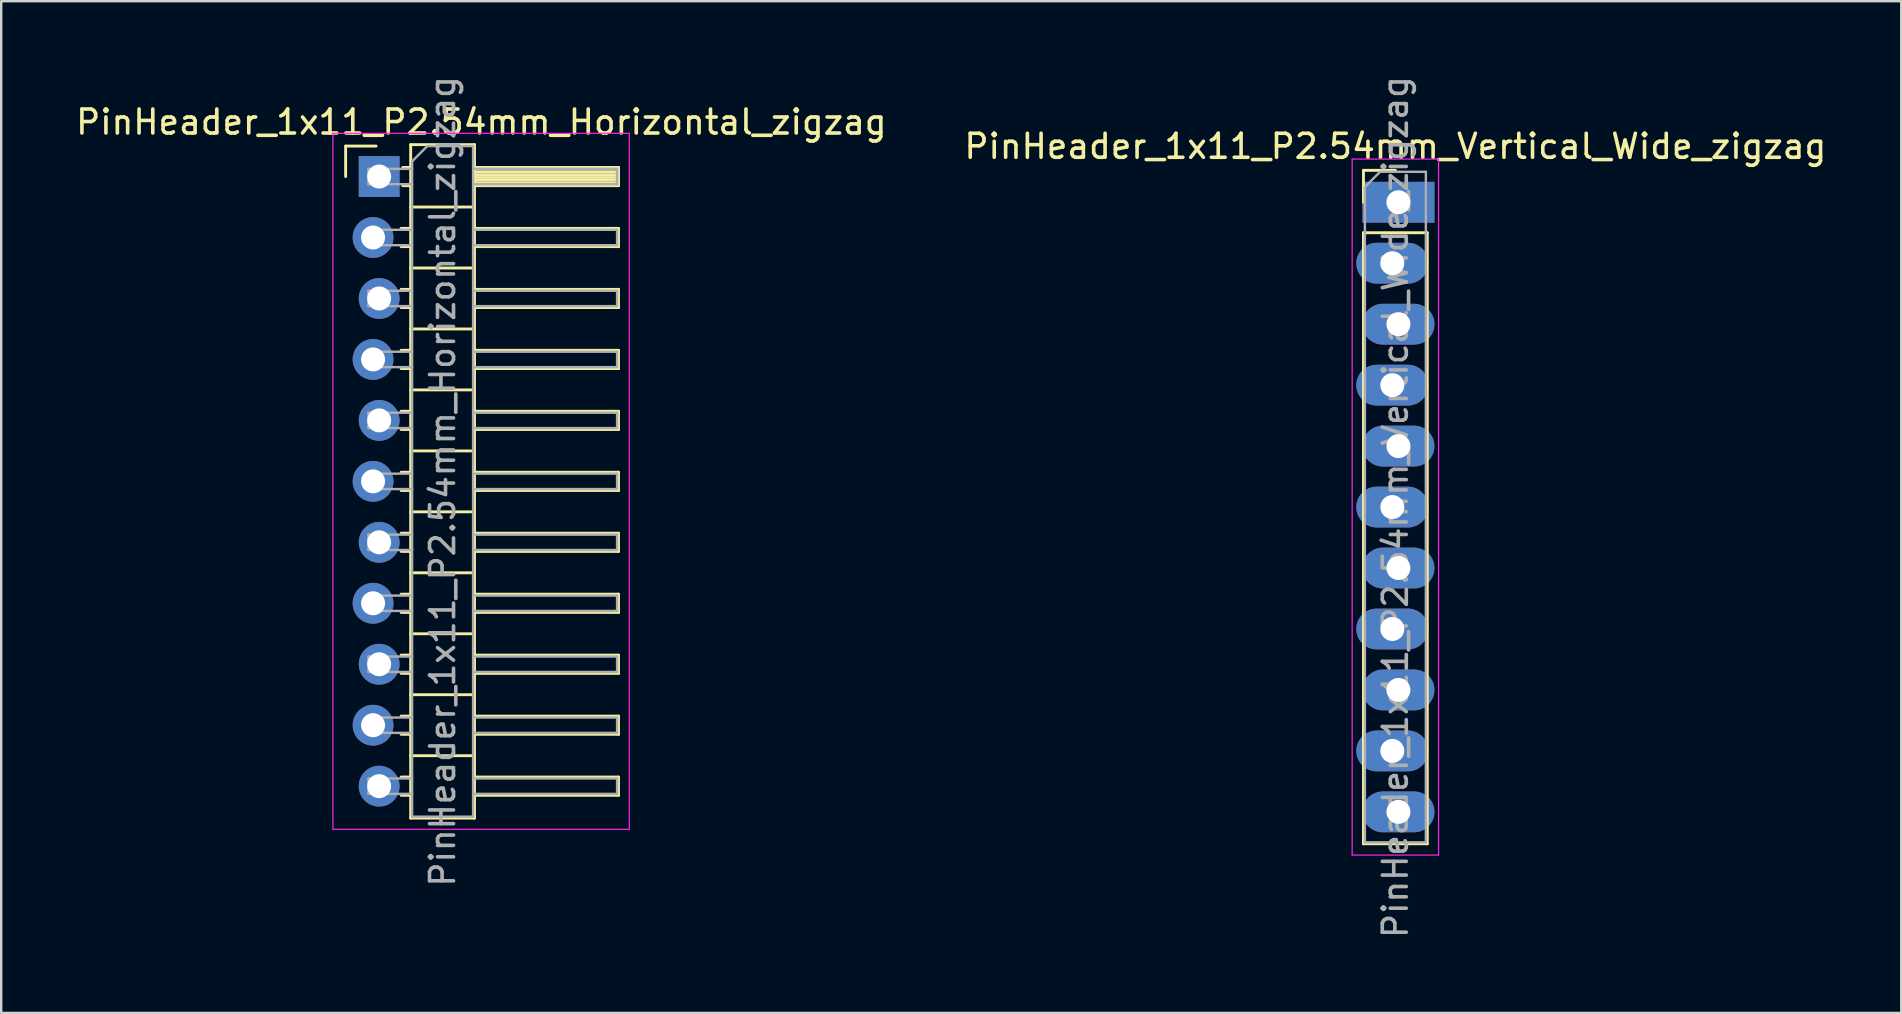
<source format=kicad_pcb>
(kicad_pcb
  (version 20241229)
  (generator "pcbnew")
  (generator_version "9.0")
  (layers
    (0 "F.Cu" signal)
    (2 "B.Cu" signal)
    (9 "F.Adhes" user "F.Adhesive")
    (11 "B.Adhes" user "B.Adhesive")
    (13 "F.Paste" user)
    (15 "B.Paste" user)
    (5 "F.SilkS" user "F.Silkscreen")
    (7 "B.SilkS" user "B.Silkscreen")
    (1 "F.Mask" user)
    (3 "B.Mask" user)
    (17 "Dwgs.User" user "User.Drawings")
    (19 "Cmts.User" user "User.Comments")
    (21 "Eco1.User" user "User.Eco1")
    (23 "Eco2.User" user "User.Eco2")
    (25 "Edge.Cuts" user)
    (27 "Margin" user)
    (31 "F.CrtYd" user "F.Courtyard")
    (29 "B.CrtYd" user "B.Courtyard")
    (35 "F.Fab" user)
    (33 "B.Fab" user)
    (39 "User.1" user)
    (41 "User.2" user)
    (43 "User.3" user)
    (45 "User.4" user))
  (footprint "PinHeader_1x11_P2.54mm_Vertical_Wide_zigzag"
    (layer "F.Cu")
    (at 55.089 5.377)
    (property "Reference" "PinHeader_1x11_P2.54mm_Vertical_Wide_zigzag" (at 0 -2.33 0) (layer "F.SilkS") (effects (font (size 1 1) (thickness 0.15))))
    (attr through_hole)
    (fp_line (start -1.33 -1.33) (end 0 -1.33) (stroke (width 0.12) (type solid)) (layer "F.SilkS"))
    (fp_line (start -1.33 0) (end -1.33 -1.33) (stroke (width 0.12) (type solid)) (layer "F.SilkS"))
    (fp_line (start -1.33 1.27) (end -1.33 26.73) (stroke (width 0.12) (type solid)) (layer "F.SilkS"))
    (fp_line (start -1.33 1.27) (end 1.33 1.27) (stroke (width 0.12) (type solid)) (layer "F.SilkS"))
    (fp_line (start -1.33 26.73) (end 1.33 26.73) (stroke (width 0.12) (type solid)) (layer "F.SilkS"))
    (fp_line (start 1.33 1.27) (end 1.33 26.73) (stroke (width 0.12) (type solid)) (layer "F.SilkS"))
    (fp_line (start -1.8 -1.8) (end -1.8 27.2) (stroke (width 0.05) (type solid)) (layer "F.CrtYd"))
    (fp_line (start -1.8 27.2) (end 1.8 27.2) (stroke (width 0.05) (type solid)) (layer "F.CrtYd"))
    (fp_line (start 1.8 -1.8) (end -1.8 -1.8) (stroke (width 0.05) (type solid)) (layer "F.CrtYd"))
    (fp_line (start 1.8 27.2) (end 1.8 -1.8) (stroke (width 0.05) (type solid)) (layer "F.CrtYd"))
    (fp_line (start -1.27 -0.635) (end -0.635 -1.27) (stroke (width 0.1) (type solid)) (layer "F.Fab"))
    (fp_line (start -1.27 26.67) (end -1.27 -0.635) (stroke (width 0.1) (type solid)) (layer "F.Fab"))
    (fp_line (start -0.635 -1.27) (end 1.27 -1.27) (stroke (width 0.1) (type solid)) (layer "F.Fab"))
    (fp_line (start 1.27 -1.27) (end 1.27 26.67) (stroke (width 0.1) (type solid)) (layer "F.Fab"))
    (fp_line (start 1.27 26.67) (end -1.27 26.67) (stroke (width 0.1) (type solid)) (layer "F.Fab"))
    (fp_text user "${REFERENCE}" (at 0 12.7 90) (layer "F.Fab") (effects (font (size 1 1) (thickness 0.15))))
    (pad "1" thru_hole rect (at 0.127 0) (size 3 1.7) (drill 1) (layers "*.Cu" "*.Mask"))
    (pad "2" thru_hole oval (at -0.127 2.54) (size 3 1.7) (drill 1) (layers "*.Cu" "*.Mask"))
    (pad "3" thru_hole oval (at 0.127 5.08) (size 3 1.7) (drill 1) (layers "*.Cu" "*.Mask"))
    (pad "4" thru_hole oval (at -0.127 7.62) (size 3 1.7) (drill 1) (layers "*.Cu" "*.Mask"))
    (pad "5" thru_hole oval (at 0.127 10.16) (size 3 1.7) (drill 1) (layers "*.Cu" "*.Mask"))
    (pad "6" thru_hole oval (at -0.127 12.7) (size 3 1.7) (drill 1) (layers "*.Cu" "*.Mask"))
    (pad "7" thru_hole oval (at 0.127 15.24) (size 3 1.7) (drill 1) (layers "*.Cu" "*.Mask"))
    (pad "8" thru_hole oval (at -0.127 17.78) (size 3 1.7) (drill 1) (layers "*.Cu" "*.Mask"))
    (pad "9" thru_hole oval (at 0.127 20.32) (size 3 1.7) (drill 1) (layers "*.Cu" "*.Mask"))
    (pad "10" thru_hole oval (at -0.127 22.86) (size 3 1.7) (drill 1) (layers "*.Cu" "*.Mask"))
    (pad "11" thru_hole oval (at 0.127 25.4) (size 3 1.7) (drill 1) (layers "*.Cu" "*.Mask")))
  (footprint "PinHeader_1x11_P2.54mm_Horizontal_zigzag"
    (layer "F.Cu")
    (at 12.621 4.306)
    (property "Reference" "PinHeader_1x11_P2.54mm_Horizontal_zigzag" (at 4.385 -2.27 0) (layer "F.SilkS") (effects (font (size 1 1) (thickness 0.15))))
    (attr through_hole)
    (fp_line (start -1.27 -1.27) (end 0 -1.27) (stroke (width 0.12) (type solid)) (layer "F.SilkS"))
    (fp_line (start -1.27 0) (end -1.27 -1.27) (stroke (width 0.12) (type solid)) (layer "F.SilkS"))
    (fp_line (start 1.043 2.16) (end 1.44 2.16) (stroke (width 0.12) (type solid)) (layer "F.SilkS"))
    (fp_line (start 1.043 2.92) (end 1.44 2.92) (stroke (width 0.12) (type solid)) (layer "F.SilkS"))
    (fp_line (start 1.043 4.7) (end 1.44 4.7) (stroke (width 0.12) (type solid)) (layer "F.SilkS"))
    (fp_line (start 1.043 5.46) (end 1.44 5.46) (stroke (width 0.12) (type solid)) (layer "F.SilkS"))
    (fp_line (start 1.043 7.24) (end 1.44 7.24) (stroke (width 0.12) (type solid)) (layer "F.SilkS"))
    (fp_line (start 1.043 8) (end 1.44 8) (stroke (width 0.12) (type solid)) (layer "F.SilkS"))
    (fp_line (start 1.043 9.78) (end 1.44 9.78) (stroke (width 0.12) (type solid)) (layer "F.SilkS"))
    (fp_line (start 1.043 10.54) (end 1.44 10.54) (stroke (width 0.12) (type solid)) (layer "F.SilkS"))
    (fp_line (start 1.043 12.32) (end 1.44 12.32) (stroke (width 0.12) (type solid)) (layer "F.SilkS"))
    (fp_line (start 1.043 13.08) (end 1.44 13.08) (stroke (width 0.12) (type solid)) (layer "F.SilkS"))
    (fp_line (start 1.043 14.86) (end 1.44 14.86) (stroke (width 0.12) (type solid)) (layer "F.SilkS"))
    (fp_line (start 1.043 15.62) (end 1.44 15.62) (stroke (width 0.12) (type solid)) (layer "F.SilkS"))
    (fp_line (start 1.043 17.4) (end 1.44 17.4) (stroke (width 0.12) (type solid)) (layer "F.SilkS"))
    (fp_line (start 1.043 18.16) (end 1.44 18.16) (stroke (width 0.12) (type solid)) (layer "F.SilkS"))
    (fp_line (start 1.043 19.94) (end 1.44 19.94) (stroke (width 0.12) (type solid)) (layer "F.SilkS"))
    (fp_line (start 1.043 20.7) (end 1.44 20.7) (stroke (width 0.12) (type solid)) (layer "F.SilkS"))
    (fp_line (start 1.043 22.48) (end 1.44 22.48) (stroke (width 0.12) (type solid)) (layer "F.SilkS"))
    (fp_line (start 1.043 23.24) (end 1.44 23.24) (stroke (width 0.12) (type solid)) (layer "F.SilkS"))
    (fp_line (start 1.043 25.02) (end 1.44 25.02) (stroke (width 0.12) (type solid)) (layer "F.SilkS"))
    (fp_line (start 1.043 25.78) (end 1.44 25.78) (stroke (width 0.12) (type solid)) (layer "F.SilkS"))
    (fp_line (start 1.11 -0.38) (end 1.44 -0.38) (stroke (width 0.12) (type solid)) (layer "F.SilkS"))
    (fp_line (start 1.11 0.38) (end 1.44 0.38) (stroke (width 0.12) (type solid)) (layer "F.SilkS"))
    (fp_line (start 1.44 -1.33) (end 1.44 26.73) (stroke (width 0.12) (type solid)) (layer "F.SilkS"))
    (fp_line (start 1.44 1.27) (end 4.1 1.27) (stroke (width 0.12) (type solid)) (layer "F.SilkS"))
    (fp_line (start 1.44 3.81) (end 4.1 3.81) (stroke (width 0.12) (type solid)) (layer "F.SilkS"))
    (fp_line (start 1.44 6.35) (end 4.1 6.35) (stroke (width 0.12) (type solid)) (layer "F.SilkS"))
    (fp_line (start 1.44 8.89) (end 4.1 8.89) (stroke (width 0.12) (type solid)) (layer "F.SilkS"))
    (fp_line (start 1.44 11.43) (end 4.1 11.43) (stroke (width 0.12) (type solid)) (layer "F.SilkS"))
    (fp_line (start 1.44 13.97) (end 4.1 13.97) (stroke (width 0.12) (type solid)) (layer "F.SilkS"))
    (fp_line (start 1.44 16.51) (end 4.1 16.51) (stroke (width 0.12) (type solid)) (layer "F.SilkS"))
    (fp_line (start 1.44 19.05) (end 4.1 19.05) (stroke (width 0.12) (type solid)) (layer "F.SilkS"))
    (fp_line (start 1.44 21.59) (end 4.1 21.59) (stroke (width 0.12) (type solid)) (layer "F.SilkS"))
    (fp_line (start 1.44 24.13) (end 4.1 24.13) (stroke (width 0.12) (type solid)) (layer "F.SilkS"))
    (fp_line (start 1.44 26.73) (end 4.1 26.73) (stroke (width 0.12) (type solid)) (layer "F.SilkS"))
    (fp_line (start 4.1 -1.33) (end 1.44 -1.33) (stroke (width 0.12) (type solid)) (layer "F.SilkS"))
    (fp_line (start 4.1 -0.38) (end 10.1 -0.38) (stroke (width 0.12) (type solid)) (layer "F.SilkS"))
    (fp_line (start 4.1 -0.32) (end 10.1 -0.32) (stroke (width 0.12) (type solid)) (layer "F.SilkS"))
    (fp_line (start 4.1 -0.2) (end 10.1 -0.2) (stroke (width 0.12) (type solid)) (layer "F.SilkS"))
    (fp_line (start 4.1 -0.08) (end 10.1 -0.08) (stroke (width 0.12) (type solid)) (layer "F.SilkS"))
    (fp_line (start 4.1 0.04) (end 10.1 0.04) (stroke (width 0.12) (type solid)) (layer "F.SilkS"))
    (fp_line (start 4.1 0.16) (end 10.1 0.16) (stroke (width 0.12) (type solid)) (layer "F.SilkS"))
    (fp_line (start 4.1 0.28) (end 10.1 0.28) (stroke (width 0.12) (type solid)) (layer "F.SilkS"))
    (fp_line (start 4.1 2.16) (end 10.1 2.16) (stroke (width 0.12) (type solid)) (layer "F.SilkS"))
    (fp_line (start 4.1 4.7) (end 10.1 4.7) (stroke (width 0.12) (type solid)) (layer "F.SilkS"))
    (fp_line (start 4.1 7.24) (end 10.1 7.24) (stroke (width 0.12) (type solid)) (layer "F.SilkS"))
    (fp_line (start 4.1 9.78) (end 10.1 9.78) (stroke (width 0.12) (type solid)) (layer "F.SilkS"))
    (fp_line (start 4.1 12.32) (end 10.1 12.32) (stroke (width 0.12) (type solid)) (layer "F.SilkS"))
    (fp_line (start 4.1 14.86) (end 10.1 14.86) (stroke (width 0.12) (type solid)) (layer "F.SilkS"))
    (fp_line (start 4.1 17.4) (end 10.1 17.4) (stroke (width 0.12) (type solid)) (layer "F.SilkS"))
    (fp_line (start 4.1 19.94) (end 10.1 19.94) (stroke (width 0.12) (type solid)) (layer "F.SilkS"))
    (fp_line (start 4.1 22.48) (end 10.1 22.48) (stroke (width 0.12) (type solid)) (layer "F.SilkS"))
    (fp_line (start 4.1 25.02) (end 10.1 25.02) (stroke (width 0.12) (type solid)) (layer "F.SilkS"))
    (fp_line (start 4.1 26.73) (end 4.1 -1.33) (stroke (width 0.12) (type solid)) (layer "F.SilkS"))
    (fp_line (start 10.1 -0.38) (end 10.1 0.38) (stroke (width 0.12) (type solid)) (layer "F.SilkS"))
    (fp_line (start 10.1 0.38) (end 4.1 0.38) (stroke (width 0.12) (type solid)) (layer "F.SilkS"))
    (fp_line (start 10.1 2.16) (end 10.1 2.92) (stroke (width 0.12) (type solid)) (layer "F.SilkS"))
    (fp_line (start 10.1 2.92) (end 4.1 2.92) (stroke (width 0.12) (type solid)) (layer "F.SilkS"))
    (fp_line (start 10.1 4.7) (end 10.1 5.46) (stroke (width 0.12) (type solid)) (layer "F.SilkS"))
    (fp_line (start 10.1 5.46) (end 4.1 5.46) (stroke (width 0.12) (type solid)) (layer "F.SilkS"))
    (fp_line (start 10.1 7.24) (end 10.1 8) (stroke (width 0.12) (type solid)) (layer "F.SilkS"))
    (fp_line (start 10.1 8) (end 4.1 8) (stroke (width 0.12) (type solid)) (layer "F.SilkS"))
    (fp_line (start 10.1 9.78) (end 10.1 10.54) (stroke (width 0.12) (type solid)) (layer "F.SilkS"))
    (fp_line (start 10.1 10.54) (end 4.1 10.54) (stroke (width 0.12) (type solid)) (layer "F.SilkS"))
    (fp_line (start 10.1 12.32) (end 10.1 13.08) (stroke (width 0.12) (type solid)) (layer "F.SilkS"))
    (fp_line (start 10.1 13.08) (end 4.1 13.08) (stroke (width 0.12) (type solid)) (layer "F.SilkS"))
    (fp_line (start 10.1 14.86) (end 10.1 15.62) (stroke (width 0.12) (type solid)) (layer "F.SilkS"))
    (fp_line (start 10.1 15.62) (end 4.1 15.62) (stroke (width 0.12) (type solid)) (layer "F.SilkS"))
    (fp_line (start 10.1 17.4) (end 10.1 18.16) (stroke (width 0.12) (type solid)) (layer "F.SilkS"))
    (fp_line (start 10.1 18.16) (end 4.1 18.16) (stroke (width 0.12) (type solid)) (layer "F.SilkS"))
    (fp_line (start 10.1 19.94) (end 10.1 20.7) (stroke (width 0.12) (type solid)) (layer "F.SilkS"))
    (fp_line (start 10.1 20.7) (end 4.1 20.7) (stroke (width 0.12) (type solid)) (layer "F.SilkS"))
    (fp_line (start 10.1 22.48) (end 10.1 23.24) (stroke (width 0.12) (type solid)) (layer "F.SilkS"))
    (fp_line (start 10.1 23.24) (end 4.1 23.24) (stroke (width 0.12) (type solid)) (layer "F.SilkS"))
    (fp_line (start 10.1 25.02) (end 10.1 25.78) (stroke (width 0.12) (type solid)) (layer "F.SilkS"))
    (fp_line (start 10.1 25.78) (end 4.1 25.78) (stroke (width 0.12) (type solid)) (layer "F.SilkS"))
    (fp_line (start -1.8 -1.8) (end -1.8 27.2) (stroke (width 0.05) (type solid)) (layer "F.CrtYd"))
    (fp_line (start -1.8 27.2) (end 10.55 27.2) (stroke (width 0.05) (type solid)) (layer "F.CrtYd"))
    (fp_line (start 10.55 -1.8) (end -1.8 -1.8) (stroke (width 0.05) (type solid)) (layer "F.CrtYd"))
    (fp_line (start 10.55 27.2) (end 10.55 -1.8) (stroke (width 0.05) (type solid)) (layer "F.CrtYd"))
    (fp_line (start -0.32 -0.32) (end -0.32 0.32) (stroke (width 0.1) (type solid)) (layer "F.Fab"))
    (fp_line (start -0.32 -0.32) (end 1.5 -0.32) (stroke (width 0.1) (type solid)) (layer "F.Fab"))
    (fp_line (start -0.32 0.32) (end 1.5 0.32) (stroke (width 0.1) (type solid)) (layer "F.Fab"))
    (fp_line (start -0.32 2.22) (end -0.32 2.86) (stroke (width 0.1) (type solid)) (layer "F.Fab"))
    (fp_line (start -0.32 2.22) (end 1.5 2.22) (stroke (width 0.1) (type solid)) (layer "F.Fab"))
    (fp_line (start -0.32 2.86) (end 1.5 2.86) (stroke (width 0.1) (type solid)) (layer "F.Fab"))
    (fp_line (start -0.32 4.76) (end -0.32 5.4) (stroke (width 0.1) (type solid)) (layer "F.Fab"))
    (fp_line (start -0.32 4.76) (end 1.5 4.76) (stroke (width 0.1) (type solid)) (layer "F.Fab"))
    (fp_line (start -0.32 5.4) (end 1.5 5.4) (stroke (width 0.1) (type solid)) (layer "F.Fab"))
    (fp_line (start -0.32 7.3) (end -0.32 7.94) (stroke (width 0.1) (type solid)) (layer "F.Fab"))
    (fp_line (start -0.32 7.3) (end 1.5 7.3) (stroke (width 0.1) (type solid)) (layer "F.Fab"))
    (fp_line (start -0.32 7.94) (end 1.5 7.94) (stroke (width 0.1) (type solid)) (layer "F.Fab"))
    (fp_line (start -0.32 9.84) (end -0.32 10.48) (stroke (width 0.1) (type solid)) (layer "F.Fab"))
    (fp_line (start -0.32 9.84) (end 1.5 9.84) (stroke (width 0.1) (type solid)) (layer "F.Fab"))
    (fp_line (start -0.32 10.48) (end 1.5 10.48) (stroke (width 0.1) (type solid)) (layer "F.Fab"))
    (fp_line (start -0.32 12.38) (end -0.32 13.02) (stroke (width 0.1) (type solid)) (layer "F.Fab"))
    (fp_line (start -0.32 12.38) (end 1.5 12.38) (stroke (width 0.1) (type solid)) (layer "F.Fab"))
    (fp_line (start -0.32 13.02) (end 1.5 13.02) (stroke (width 0.1) (type solid)) (layer "F.Fab"))
    (fp_line (start -0.32 14.92) (end -0.32 15.56) (stroke (width 0.1) (type solid)) (layer "F.Fab"))
    (fp_line (start -0.32 14.92) (end 1.5 14.92) (stroke (width 0.1) (type solid)) (layer "F.Fab"))
    (fp_line (start -0.32 15.56) (end 1.5 15.56) (stroke (width 0.1) (type solid)) (layer "F.Fab"))
    (fp_line (start -0.32 17.46) (end -0.32 18.1) (stroke (width 0.1) (type solid)) (layer "F.Fab"))
    (fp_line (start -0.32 17.46) (end 1.5 17.46) (stroke (width 0.1) (type solid)) (layer "F.Fab"))
    (fp_line (start -0.32 18.1) (end 1.5 18.1) (stroke (width 0.1) (type solid)) (layer "F.Fab"))
    (fp_line (start -0.32 20) (end -0.32 20.64) (stroke (width 0.1) (type solid)) (layer "F.Fab"))
    (fp_line (start -0.32 20) (end 1.5 20) (stroke (width 0.1) (type solid)) (layer "F.Fab"))
    (fp_line (start -0.32 20.64) (end 1.5 20.64) (stroke (width 0.1) (type solid)) (layer "F.Fab"))
    (fp_line (start -0.32 22.54) (end -0.32 23.18) (stroke (width 0.1) (type solid)) (layer "F.Fab"))
    (fp_line (start -0.32 22.54) (end 1.5 22.54) (stroke (width 0.1) (type solid)) (layer "F.Fab"))
    (fp_line (start -0.32 23.18) (end 1.5 23.18) (stroke (width 0.1) (type solid)) (layer "F.Fab"))
    (fp_line (start -0.32 25.08) (end -0.32 25.72) (stroke (width 0.1) (type solid)) (layer "F.Fab"))
    (fp_line (start -0.32 25.08) (end 1.5 25.08) (stroke (width 0.1) (type solid)) (layer "F.Fab"))
    (fp_line (start -0.32 25.72) (end 1.5 25.72) (stroke (width 0.1) (type solid)) (layer "F.Fab"))
    (fp_line (start 1.5 -0.635) (end 2.135 -1.27) (stroke (width 0.1) (type solid)) (layer "F.Fab"))
    (fp_line (start 1.5 26.67) (end 1.5 -0.635) (stroke (width 0.1) (type solid)) (layer "F.Fab"))
    (fp_line (start 2.135 -1.27) (end 4.04 -1.27) (stroke (width 0.1) (type solid)) (layer "F.Fab"))
    (fp_line (start 4.04 -1.27) (end 4.04 26.67) (stroke (width 0.1) (type solid)) (layer "F.Fab"))
    (fp_line (start 4.04 -0.32) (end 10.04 -0.32) (stroke (width 0.1) (type solid)) (layer "F.Fab"))
    (fp_line (start 4.04 0.32) (end 10.04 0.32) (stroke (width 0.1) (type solid)) (layer "F.Fab"))
    (fp_line (start 4.04 2.22) (end 10.04 2.22) (stroke (width 0.1) (type solid)) (layer "F.Fab"))
    (fp_line (start 4.04 2.86) (end 10.04 2.86) (stroke (width 0.1) (type solid)) (layer "F.Fab"))
    (fp_line (start 4.04 4.76) (end 10.04 4.76) (stroke (width 0.1) (type solid)) (layer "F.Fab"))
    (fp_line (start 4.04 5.4) (end 10.04 5.4) (stroke (width 0.1) (type solid)) (layer "F.Fab"))
    (fp_line (start 4.04 7.3) (end 10.04 7.3) (stroke (width 0.1) (type solid)) (layer "F.Fab"))
    (fp_line (start 4.04 7.94) (end 10.04 7.94) (stroke (width 0.1) (type solid)) (layer "F.Fab"))
    (fp_line (start 4.04 9.84) (end 10.04 9.84) (stroke (width 0.1) (type solid)) (layer "F.Fab"))
    (fp_line (start 4.04 10.48) (end 10.04 10.48) (stroke (width 0.1) (type solid)) (layer "F.Fab"))
    (fp_line (start 4.04 12.38) (end 10.04 12.38) (stroke (width 0.1) (type solid)) (layer "F.Fab"))
    (fp_line (start 4.04 13.02) (end 10.04 13.02) (stroke (width 0.1) (type solid)) (layer "F.Fab"))
    (fp_line (start 4.04 14.92) (end 10.04 14.92) (stroke (width 0.1) (type solid)) (layer "F.Fab"))
    (fp_line (start 4.04 15.56) (end 10.04 15.56) (stroke (width 0.1) (type solid)) (layer "F.Fab"))
    (fp_line (start 4.04 17.46) (end 10.04 17.46) (stroke (width 0.1) (type solid)) (layer "F.Fab"))
    (fp_line (start 4.04 18.1) (end 10.04 18.1) (stroke (width 0.1) (type solid)) (layer "F.Fab"))
    (fp_line (start 4.04 20) (end 10.04 20) (stroke (width 0.1) (type solid)) (layer "F.Fab"))
    (fp_line (start 4.04 20.64) (end 10.04 20.64) (stroke (width 0.1) (type solid)) (layer "F.Fab"))
    (fp_line (start 4.04 22.54) (end 10.04 22.54) (stroke (width 0.1) (type solid)) (layer "F.Fab"))
    (fp_line (start 4.04 23.18) (end 10.04 23.18) (stroke (width 0.1) (type solid)) (layer "F.Fab"))
    (fp_line (start 4.04 25.08) (end 10.04 25.08) (stroke (width 0.1) (type solid)) (layer "F.Fab"))
    (fp_line (start 4.04 25.72) (end 10.04 25.72) (stroke (width 0.1) (type solid)) (layer "F.Fab"))
    (fp_line (start 4.04 26.67) (end 1.5 26.67) (stroke (width 0.1) (type solid)) (layer "F.Fab"))
    (fp_line (start 10.04 -0.32) (end 10.04 0.32) (stroke (width 0.1) (type solid)) (layer "F.Fab"))
    (fp_line (start 10.04 2.22) (end 10.04 2.86) (stroke (width 0.1) (type solid)) (layer "F.Fab"))
    (fp_line (start 10.04 4.76) (end 10.04 5.4) (stroke (width 0.1) (type solid)) (layer "F.Fab"))
    (fp_line (start 10.04 7.3) (end 10.04 7.94) (stroke (width 0.1) (type solid)) (layer "F.Fab"))
    (fp_line (start 10.04 9.84) (end 10.04 10.48) (stroke (width 0.1) (type solid)) (layer "F.Fab"))
    (fp_line (start 10.04 12.38) (end 10.04 13.02) (stroke (width 0.1) (type solid)) (layer "F.Fab"))
    (fp_line (start 10.04 14.92) (end 10.04 15.56) (stroke (width 0.1) (type solid)) (layer "F.Fab"))
    (fp_line (start 10.04 17.46) (end 10.04 18.1) (stroke (width 0.1) (type solid)) (layer "F.Fab"))
    (fp_line (start 10.04 20) (end 10.04 20.64) (stroke (width 0.1) (type solid)) (layer "F.Fab"))
    (fp_line (start 10.04 22.54) (end 10.04 23.18) (stroke (width 0.1) (type solid)) (layer "F.Fab"))
    (fp_line (start 10.04 25.08) (end 10.04 25.72) (stroke (width 0.1) (type solid)) (layer "F.Fab"))
    (fp_text user "${REFERENCE}" (at 2.77 12.7 90) (layer "F.Fab") (effects (font (size 1 1) (thickness 0.15))))
    (pad "1" thru_hole rect (at 0.127 0) (size 1.7 1.7) (drill 1) (layers "*.Cu" "*.Mask"))
    (pad "2" thru_hole oval (at -0.127 2.54) (size 1.7 1.7) (drill 1) (layers "*.Cu" "*.Mask"))
    (pad "3" thru_hole oval (at 0.127 5.08) (size 1.7 1.7) (drill 1) (layers "*.Cu" "*.Mask"))
    (pad "4" thru_hole oval (at -0.127 7.62) (size 1.7 1.7) (drill 1) (layers "*.Cu" "*.Mask"))
    (pad "5" thru_hole oval (at 0.127 10.16) (size 1.7 1.7) (drill 1) (layers "*.Cu" "*.Mask"))
    (pad "6" thru_hole oval (at -0.127 12.7) (size 1.7 1.7) (drill 1) (layers "*.Cu" "*.Mask"))
    (pad "7" thru_hole oval (at 0.127 15.24) (size 1.7 1.7) (drill 1) (layers "*.Cu" "*.Mask"))
    (pad "8" thru_hole oval (at -0.127 17.78) (size 1.7 1.7) (drill 1) (layers "*.Cu" "*.Mask"))
    (pad "9" thru_hole oval (at 0.127 20.32) (size 1.7 1.7) (drill 1) (layers "*.Cu" "*.Mask"))
    (pad "10" thru_hole oval (at -0.127 22.86) (size 1.7 1.7) (drill 1) (layers "*.Cu" "*.Mask"))
    (pad "11" thru_hole oval (at 0.127 25.4) (size 1.7 1.7) (drill 1) (layers "*.Cu" "*.Mask")))
  (gr_rect
    (start -3 -3)
    (end 76.167 39.155)
    (stroke (width 0.1) (type default))
    (fill no)
    (layer "Edge.Cuts")))
</source>
